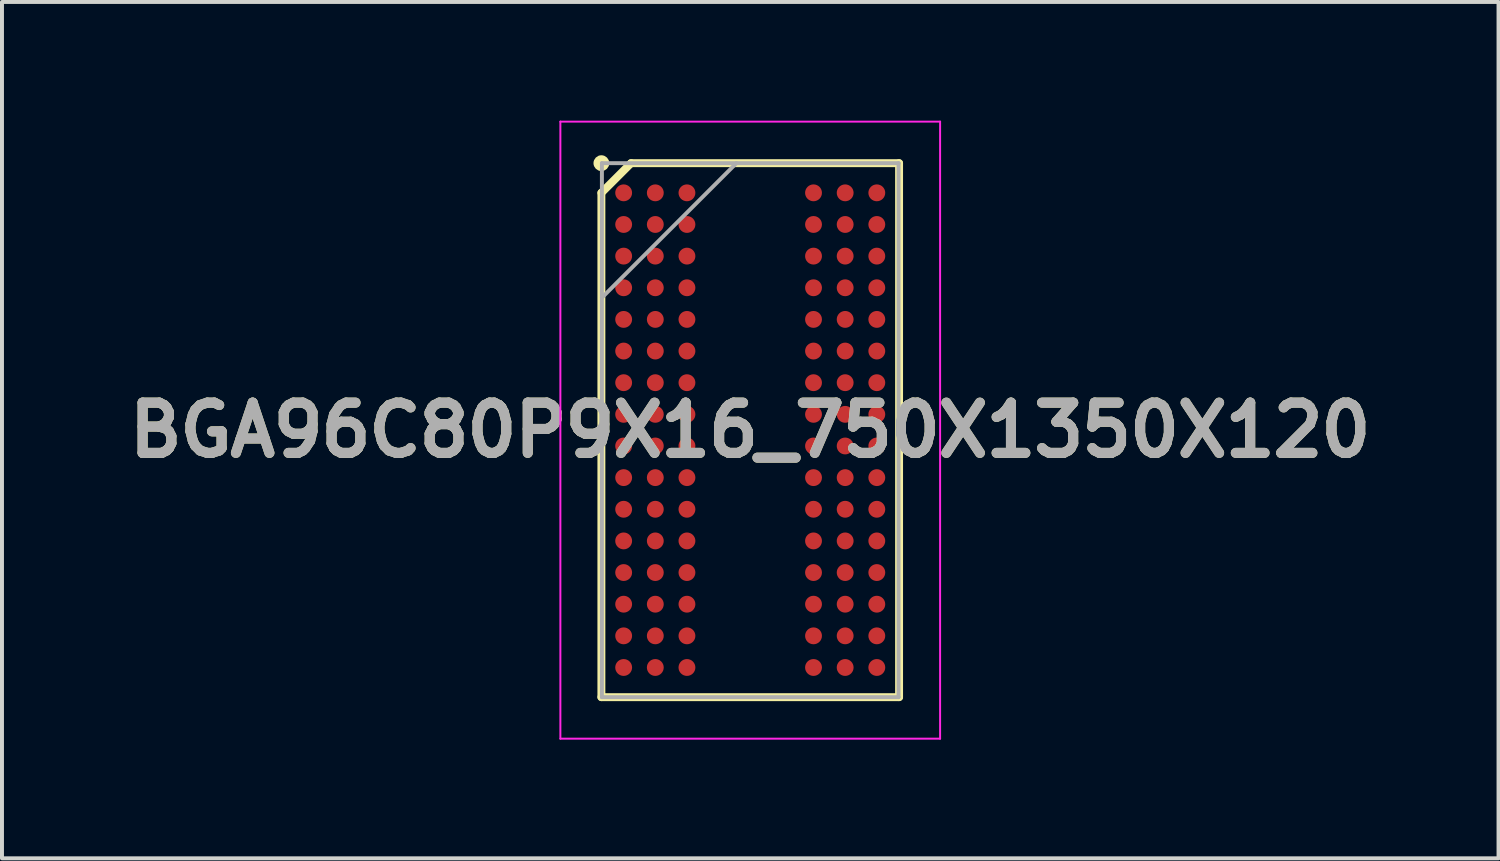
<source format=kicad_pcb>
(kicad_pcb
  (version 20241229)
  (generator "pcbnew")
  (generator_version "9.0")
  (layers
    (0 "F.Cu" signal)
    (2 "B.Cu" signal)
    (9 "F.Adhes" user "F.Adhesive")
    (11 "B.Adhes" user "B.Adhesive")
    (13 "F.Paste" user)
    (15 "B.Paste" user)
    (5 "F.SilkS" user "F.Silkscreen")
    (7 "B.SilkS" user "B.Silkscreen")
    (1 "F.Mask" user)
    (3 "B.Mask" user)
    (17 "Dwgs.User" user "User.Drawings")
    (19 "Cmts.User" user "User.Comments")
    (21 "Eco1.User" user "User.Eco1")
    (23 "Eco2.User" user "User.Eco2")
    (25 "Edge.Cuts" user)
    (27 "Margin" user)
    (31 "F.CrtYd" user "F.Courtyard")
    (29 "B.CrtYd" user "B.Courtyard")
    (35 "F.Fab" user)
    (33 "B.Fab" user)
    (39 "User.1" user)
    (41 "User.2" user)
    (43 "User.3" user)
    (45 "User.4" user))
  (footprint "BGA96C80P9X16_750X1350X120"
    (layer "F.Cu")
    (at 15.917 7.825)
    (property "Reference" "BGA96C80P9X16_750X1350X120" (at 0 0 0) (layer "F.SilkS") (effects (font (size 1.27 1.27) (thickness 0.254))))
    (attr smd)
    (fp_line (start -3.763 -6) (end -3.013 -6.75) (stroke (width 0.2) (type solid)) (layer "F.SilkS"))
    (fp_line (start -3.763 6.75) (end -3.763 -6) (stroke (width 0.2) (type solid)) (layer "F.SilkS"))
    (fp_line (start -3.013 -6.75) (end 3.763 -6.75) (stroke (width 0.2) (type solid)) (layer "F.SilkS"))
    (fp_line (start 3.763 -6.75) (end 3.763 6.75) (stroke (width 0.2) (type solid)) (layer "F.SilkS"))
    (fp_line (start 3.763 6.75) (end -3.763 6.75) (stroke (width 0.2) (type solid)) (layer "F.SilkS"))
    (fp_circle (center -3.763 -6.75) (end -3.763 -6.65) (stroke (width 0.2) (type solid)) (fill no) (layer "F.SilkS"))
    (fp_line (start -4.8 -7.8) (end 4.8 -7.8) (stroke (width 0.05) (type solid)) (layer "F.CrtYd"))
    (fp_line (start -4.8 7.8) (end -4.8 -7.8) (stroke (width 0.05) (type solid)) (layer "F.CrtYd"))
    (fp_line (start 4.8 -7.8) (end 4.8 7.8) (stroke (width 0.05) (type solid)) (layer "F.CrtYd"))
    (fp_line (start 4.8 7.8) (end -4.8 7.8) (stroke (width 0.05) (type solid)) (layer "F.CrtYd"))
    (fp_line (start -3.75 -6.75) (end 3.75 -6.75) (stroke (width 0.1) (type solid)) (layer "F.Fab"))
    (fp_line (start -3.75 -3.35) (end -0.35 -6.75) (stroke (width 0.1) (type solid)) (layer "F.Fab"))
    (fp_line (start -3.75 6.75) (end -3.75 -6.75) (stroke (width 0.1) (type solid)) (layer "F.Fab"))
    (fp_line (start 3.75 -6.75) (end 3.75 6.75) (stroke (width 0.1) (type solid)) (layer "F.Fab"))
    (fp_line (start 3.75 6.75) (end -3.75 6.75) (stroke (width 0.1) (type solid)) (layer "F.Fab"))
    (fp_text user "${REFERENCE}" (at 0 0 0) (layer "F.Fab") (effects (font (size 1.27 1.27) (thickness 0.254))))
    (pad "A1" smd circle (at -3.2 -6 90) (size 0.426 0.426) (layers "F.Cu" "F.Mask" "F.Paste"))
    (pad "A2" smd circle (at -2.4 -6 90) (size 0.426 0.426) (layers "F.Cu" "F.Mask" "F.Paste"))
    (pad "A3" smd circle (at -1.6 -6 90) (size 0.426 0.426) (layers "F.Cu" "F.Mask" "F.Paste"))
    (pad "A7" smd circle (at 1.6 -6 90) (size 0.426 0.426) (layers "F.Cu" "F.Mask" "F.Paste"))
    (pad "A8" smd circle (at 2.4 -6 90) (size 0.426 0.426) (layers "F.Cu" "F.Mask" "F.Paste"))
    (pad "A9" smd circle (at 3.2 -6 90) (size 0.426 0.426) (layers "F.Cu" "F.Mask" "F.Paste"))
    (pad "B1" smd circle (at -3.2 -5.2 90) (size 0.426 0.426) (layers "F.Cu" "F.Mask" "F.Paste"))
    (pad "B2" smd circle (at -2.4 -5.2 90) (size 0.426 0.426) (layers "F.Cu" "F.Mask" "F.Paste"))
    (pad "B3" smd circle (at -1.6 -5.2 90) (size 0.426 0.426) (layers "F.Cu" "F.Mask" "F.Paste"))
    (pad "B7" smd circle (at 1.6 -5.2 90) (size 0.426 0.426) (layers "F.Cu" "F.Mask" "F.Paste"))
    (pad "B8" smd circle (at 2.4 -5.2 90) (size 0.426 0.426) (layers "F.Cu" "F.Mask" "F.Paste"))
    (pad "B9" smd circle (at 3.2 -5.2 90) (size 0.426 0.426) (layers "F.Cu" "F.Mask" "F.Paste"))
    (pad "C1" smd circle (at -3.2 -4.4 90) (size 0.426 0.426) (layers "F.Cu" "F.Mask" "F.Paste"))
    (pad "C2" smd circle (at -2.4 -4.4 90) (size 0.426 0.426) (layers "F.Cu" "F.Mask" "F.Paste"))
    (pad "C3" smd circle (at -1.6 -4.4 90) (size 0.426 0.426) (layers "F.Cu" "F.Mask" "F.Paste"))
    (pad "C7" smd circle (at 1.6 -4.4 90) (size 0.426 0.426) (layers "F.Cu" "F.Mask" "F.Paste"))
    (pad "C8" smd circle (at 2.4 -4.4 90) (size 0.426 0.426) (layers "F.Cu" "F.Mask" "F.Paste"))
    (pad "C9" smd circle (at 3.2 -4.4 90) (size 0.426 0.426) (layers "F.Cu" "F.Mask" "F.Paste"))
    (pad "D1" smd circle (at -3.2 -3.6 90) (size 0.426 0.426) (layers "F.Cu" "F.Mask" "F.Paste"))
    (pad "D2" smd circle (at -2.4 -3.6 90) (size 0.426 0.426) (layers "F.Cu" "F.Mask" "F.Paste"))
    (pad "D3" smd circle (at -1.6 -3.6 90) (size 0.426 0.426) (layers "F.Cu" "F.Mask" "F.Paste"))
    (pad "D7" smd circle (at 1.6 -3.6 90) (size 0.426 0.426) (layers "F.Cu" "F.Mask" "F.Paste"))
    (pad "D8" smd circle (at 2.4 -3.6 90) (size 0.426 0.426) (layers "F.Cu" "F.Mask" "F.Paste"))
    (pad "D9" smd circle (at 3.2 -3.6 90) (size 0.426 0.426) (layers "F.Cu" "F.Mask" "F.Paste"))
    (pad "E1" smd circle (at -3.2 -2.8 90) (size 0.426 0.426) (layers "F.Cu" "F.Mask" "F.Paste"))
    (pad "E2" smd circle (at -2.4 -2.8 90) (size 0.426 0.426) (layers "F.Cu" "F.Mask" "F.Paste"))
    (pad "E3" smd circle (at -1.6 -2.8 90) (size 0.426 0.426) (layers "F.Cu" "F.Mask" "F.Paste"))
    (pad "E7" smd circle (at 1.6 -2.8 90) (size 0.426 0.426) (layers "F.Cu" "F.Mask" "F.Paste"))
    (pad "E8" smd circle (at 2.4 -2.8 90) (size 0.426 0.426) (layers "F.Cu" "F.Mask" "F.Paste"))
    (pad "E9" smd circle (at 3.2 -2.8 90) (size 0.426 0.426) (layers "F.Cu" "F.Mask" "F.Paste"))
    (pad "F1" smd circle (at -3.2 -2 90) (size 0.426 0.426) (layers "F.Cu" "F.Mask" "F.Paste"))
    (pad "F2" smd circle (at -2.4 -2 90) (size 0.426 0.426) (layers "F.Cu" "F.Mask" "F.Paste"))
    (pad "F3" smd circle (at -1.6 -2 90) (size 0.426 0.426) (layers "F.Cu" "F.Mask" "F.Paste"))
    (pad "F7" smd circle (at 1.6 -2 90) (size 0.426 0.426) (layers "F.Cu" "F.Mask" "F.Paste"))
    (pad "F8" smd circle (at 2.4 -2 90) (size 0.426 0.426) (layers "F.Cu" "F.Mask" "F.Paste"))
    (pad "F9" smd circle (at 3.2 -2 90) (size 0.426 0.426) (layers "F.Cu" "F.Mask" "F.Paste"))
    (pad "G1" smd circle (at -3.2 -1.2 90) (size 0.426 0.426) (layers "F.Cu" "F.Mask" "F.Paste"))
    (pad "G2" smd circle (at -2.4 -1.2 90) (size 0.426 0.426) (layers "F.Cu" "F.Mask" "F.Paste"))
    (pad "G3" smd circle (at -1.6 -1.2 90) (size 0.426 0.426) (layers "F.Cu" "F.Mask" "F.Paste"))
    (pad "G7" smd circle (at 1.6 -1.2 90) (size 0.426 0.426) (layers "F.Cu" "F.Mask" "F.Paste"))
    (pad "G8" smd circle (at 2.4 -1.2 90) (size 0.426 0.426) (layers "F.Cu" "F.Mask" "F.Paste"))
    (pad "G9" smd circle (at 3.2 -1.2 90) (size 0.426 0.426) (layers "F.Cu" "F.Mask" "F.Paste"))
    (pad "H1" smd circle (at -3.2 -0.4 90) (size 0.426 0.426) (layers "F.Cu" "F.Mask" "F.Paste"))
    (pad "H2" smd circle (at -2.4 -0.4 90) (size 0.426 0.426) (layers "F.Cu" "F.Mask" "F.Paste"))
    (pad "H3" smd circle (at -1.6 -0.4 90) (size 0.426 0.426) (layers "F.Cu" "F.Mask" "F.Paste"))
    (pad "H7" smd circle (at 1.6 -0.4 90) (size 0.426 0.426) (layers "F.Cu" "F.Mask" "F.Paste"))
    (pad "H8" smd circle (at 2.4 -0.4 90) (size 0.426 0.426) (layers "F.Cu" "F.Mask" "F.Paste"))
    (pad "H9" smd circle (at 3.2 -0.4 90) (size 0.426 0.426) (layers "F.Cu" "F.Mask" "F.Paste"))
    (pad "J1" smd circle (at -3.2 0.4 90) (size 0.426 0.426) (layers "F.Cu" "F.Mask" "F.Paste"))
    (pad "J2" smd circle (at -2.4 0.4 90) (size 0.426 0.426) (layers "F.Cu" "F.Mask" "F.Paste"))
    (pad "J3" smd circle (at -1.6 0.4 90) (size 0.426 0.426) (layers "F.Cu" "F.Mask" "F.Paste"))
    (pad "J7" smd circle (at 1.6 0.4 90) (size 0.426 0.426) (layers "F.Cu" "F.Mask" "F.Paste"))
    (pad "J8" smd circle (at 2.4 0.4 90) (size 0.426 0.426) (layers "F.Cu" "F.Mask" "F.Paste"))
    (pad "J9" smd circle (at 3.2 0.4 90) (size 0.426 0.426) (layers "F.Cu" "F.Mask" "F.Paste"))
    (pad "K1" smd circle (at -3.2 1.2 90) (size 0.426 0.426) (layers "F.Cu" "F.Mask" "F.Paste"))
    (pad "K2" smd circle (at -2.4 1.2 90) (size 0.426 0.426) (layers "F.Cu" "F.Mask" "F.Paste"))
    (pad "K3" smd circle (at -1.6 1.2 90) (size 0.426 0.426) (layers "F.Cu" "F.Mask" "F.Paste"))
    (pad "K7" smd circle (at 1.6 1.2 90) (size 0.426 0.426) (layers "F.Cu" "F.Mask" "F.Paste"))
    (pad "K8" smd circle (at 2.4 1.2 90) (size 0.426 0.426) (layers "F.Cu" "F.Mask" "F.Paste"))
    (pad "K9" smd circle (at 3.2 1.2 90) (size 0.426 0.426) (layers "F.Cu" "F.Mask" "F.Paste"))
    (pad "L1" smd circle (at -3.2 2 90) (size 0.426 0.426) (layers "F.Cu" "F.Mask" "F.Paste"))
    (pad "L2" smd circle (at -2.4 2 90) (size 0.426 0.426) (layers "F.Cu" "F.Mask" "F.Paste"))
    (pad "L3" smd circle (at -1.6 2 90) (size 0.426 0.426) (layers "F.Cu" "F.Mask" "F.Paste"))
    (pad "L7" smd circle (at 1.6 2 90) (size 0.426 0.426) (layers "F.Cu" "F.Mask" "F.Paste"))
    (pad "L8" smd circle (at 2.4 2 90) (size 0.426 0.426) (layers "F.Cu" "F.Mask" "F.Paste"))
    (pad "L9" smd circle (at 3.2 2 90) (size 0.426 0.426) (layers "F.Cu" "F.Mask" "F.Paste"))
    (pad "M1" smd circle (at -3.2 2.8 90) (size 0.426 0.426) (layers "F.Cu" "F.Mask" "F.Paste"))
    (pad "M2" smd circle (at -2.4 2.8 90) (size 0.426 0.426) (layers "F.Cu" "F.Mask" "F.Paste"))
    (pad "M3" smd circle (at -1.6 2.8 90) (size 0.426 0.426) (layers "F.Cu" "F.Mask" "F.Paste"))
    (pad "M7" smd circle (at 1.6 2.8 90) (size 0.426 0.426) (layers "F.Cu" "F.Mask" "F.Paste"))
    (pad "M8" smd circle (at 2.4 2.8 90) (size 0.426 0.426) (layers "F.Cu" "F.Mask" "F.Paste"))
    (pad "M9" smd circle (at 3.2 2.8 90) (size 0.426 0.426) (layers "F.Cu" "F.Mask" "F.Paste"))
    (pad "N1" smd circle (at -3.2 3.6 90) (size 0.426 0.426) (layers "F.Cu" "F.Mask" "F.Paste"))
    (pad "N2" smd circle (at -2.4 3.6 90) (size 0.426 0.426) (layers "F.Cu" "F.Mask" "F.Paste"))
    (pad "N3" smd circle (at -1.6 3.6 90) (size 0.426 0.426) (layers "F.Cu" "F.Mask" "F.Paste"))
    (pad "N7" smd circle (at 1.6 3.6 90) (size 0.426 0.426) (layers "F.Cu" "F.Mask" "F.Paste"))
    (pad "N8" smd circle (at 2.4 3.6 90) (size 0.426 0.426) (layers "F.Cu" "F.Mask" "F.Paste"))
    (pad "N9" smd circle (at 3.2 3.6 90) (size 0.426 0.426) (layers "F.Cu" "F.Mask" "F.Paste"))
    (pad "P1" smd circle (at -3.2 4.4 90) (size 0.426 0.426) (layers "F.Cu" "F.Mask" "F.Paste"))
    (pad "P2" smd circle (at -2.4 4.4 90) (size 0.426 0.426) (layers "F.Cu" "F.Mask" "F.Paste"))
    (pad "P3" smd circle (at -1.6 4.4 90) (size 0.426 0.426) (layers "F.Cu" "F.Mask" "F.Paste"))
    (pad "P7" smd circle (at 1.6 4.4 90) (size 0.426 0.426) (layers "F.Cu" "F.Mask" "F.Paste"))
    (pad "P8" smd circle (at 2.4 4.4 90) (size 0.426 0.426) (layers "F.Cu" "F.Mask" "F.Paste"))
    (pad "P9" smd circle (at 3.2 4.4 90) (size 0.426 0.426) (layers "F.Cu" "F.Mask" "F.Paste"))
    (pad "R1" smd circle (at -3.2 5.2 90) (size 0.426 0.426) (layers "F.Cu" "F.Mask" "F.Paste"))
    (pad "R2" smd circle (at -2.4 5.2 90) (size 0.426 0.426) (layers "F.Cu" "F.Mask" "F.Paste"))
    (pad "R3" smd circle (at -1.6 5.2 90) (size 0.426 0.426) (layers "F.Cu" "F.Mask" "F.Paste"))
    (pad "R7" smd circle (at 1.6 5.2 90) (size 0.426 0.426) (layers "F.Cu" "F.Mask" "F.Paste"))
    (pad "R8" smd circle (at 2.4 5.2 90) (size 0.426 0.426) (layers "F.Cu" "F.Mask" "F.Paste"))
    (pad "R9" smd circle (at 3.2 5.2 90) (size 0.426 0.426) (layers "F.Cu" "F.Mask" "F.Paste"))
    (pad "T1" smd circle (at -3.2 6 90) (size 0.426 0.426) (layers "F.Cu" "F.Mask" "F.Paste"))
    (pad "T2" smd circle (at -2.4 6 90) (size 0.426 0.426) (layers "F.Cu" "F.Mask" "F.Paste"))
    (pad "T3" smd circle (at -1.6 6 90) (size 0.426 0.426) (layers "F.Cu" "F.Mask" "F.Paste"))
    (pad "T7" smd circle (at 1.6 6 90) (size 0.426 0.426) (layers "F.Cu" "F.Mask" "F.Paste"))
    (pad "T8" smd circle (at 2.4 6 90) (size 0.426 0.426) (layers "F.Cu" "F.Mask" "F.Paste"))
    (pad "T9" smd circle (at 3.2 6 90) (size 0.426 0.426) (layers "F.Cu" "F.Mask" "F.Paste")))
  (gr_rect
    (start -3 -3)
    (end 34.835 18.65)
    (stroke (width 0.1) (type default))
    (fill no)
    (layer "Edge.Cuts")))
</source>
